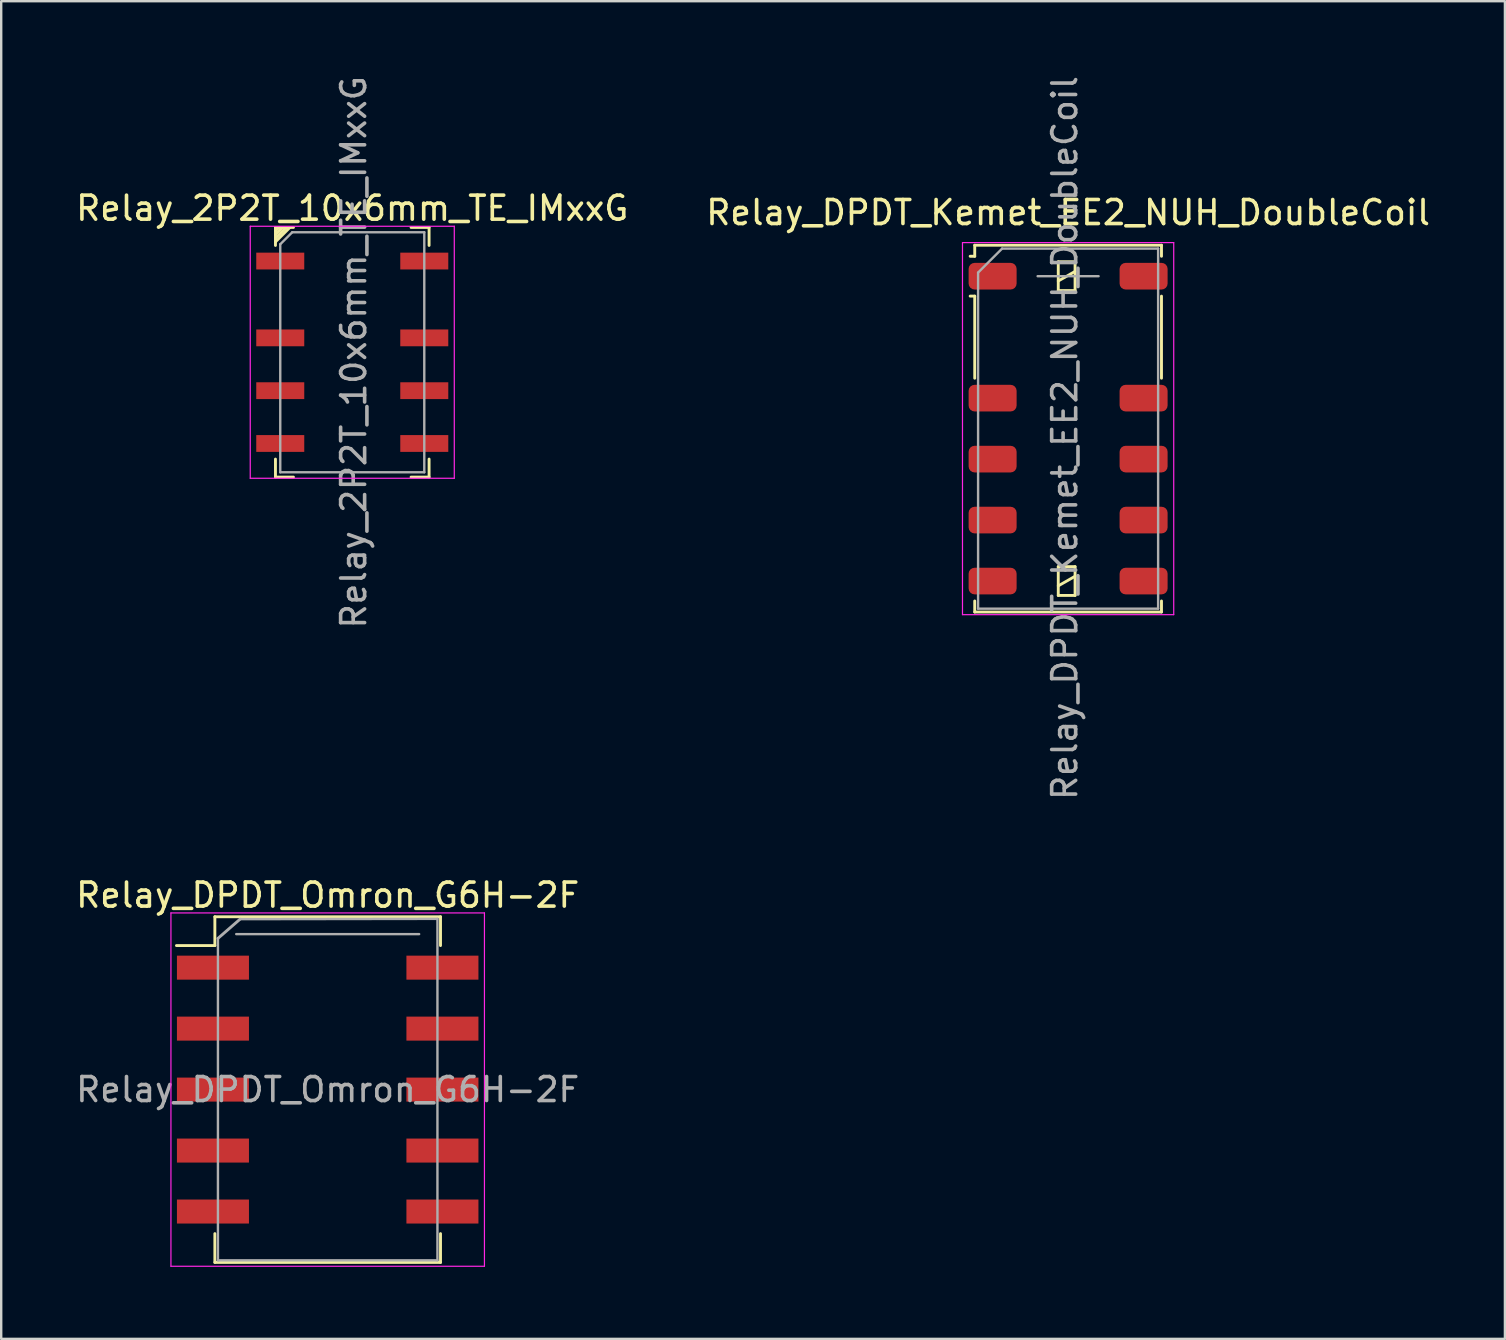
<source format=kicad_pcb>
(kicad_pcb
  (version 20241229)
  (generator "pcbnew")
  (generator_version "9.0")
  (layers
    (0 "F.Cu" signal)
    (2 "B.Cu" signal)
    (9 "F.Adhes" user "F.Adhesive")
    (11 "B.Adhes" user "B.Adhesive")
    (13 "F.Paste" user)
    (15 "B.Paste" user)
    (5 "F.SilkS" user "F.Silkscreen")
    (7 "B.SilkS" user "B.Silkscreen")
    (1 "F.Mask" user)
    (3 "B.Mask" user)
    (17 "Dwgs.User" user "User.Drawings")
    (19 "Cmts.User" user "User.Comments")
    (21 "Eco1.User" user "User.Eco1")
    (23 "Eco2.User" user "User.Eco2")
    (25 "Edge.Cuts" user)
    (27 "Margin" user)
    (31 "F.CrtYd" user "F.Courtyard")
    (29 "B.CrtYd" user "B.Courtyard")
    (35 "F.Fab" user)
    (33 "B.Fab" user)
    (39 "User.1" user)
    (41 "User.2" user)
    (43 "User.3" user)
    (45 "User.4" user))
  (footprint "Relay_DPDT_Omron_G6H-2F"
    (layer "F.Cu")
    (at 10.601 42.341)
    (property "Reference" "Relay_DPDT_Omron_G6H-2F" (at 0 -8.1 0) (layer "F.SilkS") (effects (font (size 1 1) (thickness 0.15))))
    (attr smd)
    (fp_line (start -4.7 -7.2) (end -4.7 -6) (stroke (width 0.12) (type solid)) (layer "F.SilkS"))
    (fp_line (start -4.7 -7.2) (end 4.7 -7.2) (stroke (width 0.12) (type solid)) (layer "F.SilkS"))
    (fp_line (start -4.7 -6) (end -6.3 -6) (stroke (width 0.12) (type solid)) (layer "F.SilkS"))
    (fp_line (start -4.7 7.2) (end -4.7 6) (stroke (width 0.12) (type solid)) (layer "F.SilkS"))
    (fp_line (start 4.7 -7.2) (end 4.7 -6) (stroke (width 0.12) (type solid)) (layer "F.SilkS"))
    (fp_line (start 4.7 7.2) (end -4.7 7.2) (stroke (width 0.12) (type solid)) (layer "F.SilkS"))
    (fp_line (start 4.7 7.2) (end 4.7 6) (stroke (width 0.12) (type solid)) (layer "F.SilkS"))
    (fp_line (start -6.53 -7.36) (end -6.53 7.36) (stroke (width 0.05) (type solid)) (layer "F.CrtYd"))
    (fp_line (start -6.53 -7.36) (end 6.53 -7.36) (stroke (width 0.05) (type solid)) (layer "F.CrtYd"))
    (fp_line (start 6.53 7.36) (end -6.53 7.36) (stroke (width 0.05) (type solid)) (layer "F.CrtYd"))
    (fp_line (start 6.53 7.36) (end 6.53 -7.36) (stroke (width 0.05) (type solid)) (layer "F.CrtYd"))
    (fp_line (start -4.572 -6.3) (end -3.65 -7.1) (stroke (width 0.12) (type solid)) (layer "F.Fab"))
    (fp_line (start -4.572 7.112) (end -4.572 -6.3) (stroke (width 0.1) (type solid)) (layer "F.Fab"))
    (fp_line (start -3.81 -6.477) (end 3.81 -6.477) (stroke (width 0.1) (type solid)) (layer "F.Fab"))
    (fp_line (start -3.65 -7.1) (end 4.572 -7.112) (stroke (width 0.1) (type solid)) (layer "F.Fab"))
    (fp_line (start 4.572 -7.112) (end 4.572 7.112) (stroke (width 0.1) (type solid)) (layer "F.Fab"))
    (fp_line (start 4.572 7.112) (end -4.572 7.112) (stroke (width 0.1) (type solid)) (layer "F.Fab"))
    (fp_text user "${REFERENCE}" (at 0 0 0) (layer "F.Fab") (effects (font (size 1 1) (thickness 0.15))))
    (pad "1" smd rect (at -4.78 -5.08) (size 3 1) (layers "F.Cu" "F.Mask" "F.Paste"))
    (pad "2" smd rect (at -4.78 -2.54) (size 3 1) (layers "F.Cu" "F.Mask" "F.Paste"))
    (pad "3" smd rect (at -4.78 0) (size 3 1) (layers "F.Cu" "F.Mask" "F.Paste"))
    (pad "4" smd rect (at -4.78 2.54) (size 3 1) (layers "F.Cu" "F.Mask" "F.Paste"))
    (pad "5" smd rect (at -4.78 5.08) (size 3 1) (layers "F.Cu" "F.Mask" "F.Paste"))
    (pad "6" smd rect (at 4.78 5.08) (size 3 1) (layers "F.Cu" "F.Mask" "F.Paste"))
    (pad "7" smd rect (at 4.78 2.54) (size 3 1) (layers "F.Cu" "F.Mask" "F.Paste"))
    (pad "8" smd rect (at 4.78 0) (size 3 1) (layers "F.Cu" "F.Mask" "F.Paste"))
    (pad "9" smd rect (at 4.78 -2.54) (size 3 1) (layers "F.Cu" "F.Mask" "F.Paste"))
    (pad "10" smd rect (at 4.78 -5.08) (size 3 1) (layers "F.Cu" "F.Mask" "F.Paste")))
  (footprint "Relay_DPDT_Kemet_EE2_NUH_DoubleCoil"
    (layer "F.Cu")
    (at 41.446 14.806)
    (property "Reference" "Relay_DPDT_Kemet_EE2_NUH_DoubleCoil" (at 0 -9 180) (layer "F.SilkS") (effects (font (size 1 1) (thickness 0.15))))
    (attr smd)
    (fp_line (start -3.89 -7.64) (end -3.89 -7.18) (stroke (width 0.12) (type solid)) (layer "F.SilkS"))
    (fp_line (start -3.89 -7.18) (end -4.08 -7.18) (stroke (width 0.12) (type solid)) (layer "F.SilkS"))
    (fp_line (start -3.89 -5.52) (end -4.08 -5.52) (stroke (width 0.12) (type solid)) (layer "F.SilkS"))
    (fp_line (start -3.89 -5.52) (end -3.89 -2.1) (stroke (width 0.12) (type solid)) (layer "F.SilkS"))
    (fp_line (start -3.89 7.18) (end -3.89 7.64) (stroke (width 0.12) (type solid)) (layer "F.SilkS"))
    (fp_line (start -0.41 -6.95) (end -0.41 -5.75) (stroke (width 0.12) (type solid)) (layer "F.SilkS"))
    (fp_line (start -0.41 -6.15) (end 0.29 -6.55) (stroke (width 0.12) (type solid)) (layer "F.SilkS"))
    (fp_line (start -0.41 -5.75) (end 0.29 -5.75) (stroke (width 0.12) (type solid)) (layer "F.SilkS"))
    (fp_line (start -0.41 5.75) (end -0.41 6.95) (stroke (width 0.12) (type solid)) (layer "F.SilkS"))
    (fp_line (start -0.41 6.55) (end 0.29 6.15) (stroke (width 0.12) (type solid)) (layer "F.SilkS"))
    (fp_line (start -0.41 6.95) (end 0.29 6.95) (stroke (width 0.12) (type solid)) (layer "F.SilkS"))
    (fp_line (start 0.29 -6.95) (end -0.41 -6.95) (stroke (width 0.12) (type solid)) (layer "F.SilkS"))
    (fp_line (start 0.29 -5.75) (end 0.29 -6.95) (stroke (width 0.12) (type solid)) (layer "F.SilkS"))
    (fp_line (start 0.29 5.75) (end -0.41 5.75) (stroke (width 0.12) (type solid)) (layer "F.SilkS"))
    (fp_line (start 0.29 6.95) (end 0.29 5.75) (stroke (width 0.12) (type solid)) (layer "F.SilkS"))
    (fp_line (start 3.89 -7.64) (end -3.89 -7.64) (stroke (width 0.12) (type solid)) (layer "F.SilkS"))
    (fp_line (start 3.89 -7.64) (end 3.89 -7.18) (stroke (width 0.12) (type solid)) (layer "F.SilkS"))
    (fp_line (start 3.89 -5.52) (end 3.89 -2.1) (stroke (width 0.12) (type solid)) (layer "F.SilkS"))
    (fp_line (start 3.89 7.18) (end 3.89 7.64) (stroke (width 0.12) (type solid)) (layer "F.SilkS"))
    (fp_line (start 3.89 7.64) (end -3.89 7.64) (stroke (width 0.12) (type solid)) (layer "F.SilkS"))
    (fp_line (start -4.4 -7.75) (end -4.4 7.75) (stroke (width 0.05) (type solid)) (layer "F.CrtYd"))
    (fp_line (start -4.4 7.75) (end 4.4 7.75) (stroke (width 0.05) (type solid)) (layer "F.CrtYd"))
    (fp_line (start 4.4 -7.75) (end -4.4 -7.75) (stroke (width 0.05) (type solid)) (layer "F.CrtYd"))
    (fp_line (start 4.4 -7.75) (end 4.4 7.75) (stroke (width 0.05) (type solid)) (layer "F.CrtYd"))
    (fp_line (start -3.75 -6.5) (end -3.75 7.5) (stroke (width 0.1) (type solid)) (layer "F.Fab"))
    (fp_line (start -3.75 -6.5) (end -2.75 -7.5) (stroke (width 0.1) (type solid)) (layer "F.Fab"))
    (fp_line (start -1.27 -6.35) (end 1.27 -6.35) (stroke (width 0.1) (type solid)) (layer "F.Fab"))
    (fp_line (start 3.75 -7.5) (end -2.75 -7.5) (stroke (width 0.1) (type solid)) (layer "F.Fab"))
    (fp_line (start 3.75 -7.5) (end 3.75 7.5) (stroke (width 0.1) (type solid)) (layer "F.Fab"))
    (fp_line (start 3.75 7.5) (end -3.75 7.5) (stroke (width 0.1) (type solid)) (layer "F.Fab"))
    (fp_text user "${REFERENCE}" (at -0.14 0.39 90) (layer "F.Fab") (effects (font (size 1 1) (thickness 0.15))))
    (pad "1" smd roundrect (at -3.145 -6.35 270) (size 1.11 2) (layers "F.Cu" "F.Mask" "F.Paste") (roundrect_rratio 0.225))
    (pad "3" smd roundrect (at -3.145 -1.27 270) (size 1.11 2) (layers "F.Cu" "F.Mask" "F.Paste") (roundrect_rratio 0.225))
    (pad "4" smd roundrect (at -3.145 1.27 270) (size 1.11 2) (layers "F.Cu" "F.Mask" "F.Paste") (roundrect_rratio 0.225))
    (pad "5" smd roundrect (at -3.145 3.81 270) (size 1.11 2) (layers "F.Cu" "F.Mask" "F.Paste") (roundrect_rratio 0.225))
    (pad "6" smd roundrect (at -3.145 6.35 270) (size 1.11 2) (layers "F.Cu" "F.Mask" "F.Paste") (roundrect_rratio 0.225))
    (pad "7" smd roundrect (at 3.145 6.35 270) (size 1.11 2) (layers "F.Cu" "F.Mask" "F.Paste") (roundrect_rratio 0.225))
    (pad "8" smd roundrect (at 3.145 3.81 270) (size 1.11 2) (layers "F.Cu" "F.Mask" "F.Paste") (roundrect_rratio 0.225))
    (pad "9" smd roundrect (at 3.145 1.27 270) (size 1.11 2) (layers "F.Cu" "F.Mask" "F.Paste") (roundrect_rratio 0.225))
    (pad "10" smd roundrect (at 3.145 -1.27 270) (size 1.11 2) (layers "F.Cu" "F.Mask" "F.Paste") (roundrect_rratio 0.225))
    (pad "12" smd roundrect (at 3.145 -6.35 270) (size 1.11 2) (layers "F.Cu" "F.Mask" "F.Paste") (roundrect_rratio 0.225)))
  (footprint "Relay_2P2T_10x6mm_TE_IMxxG"
    (layer "F.Cu")
    (at 11.625 11.625)
    (property "Reference" "Relay_2P2T_10x6mm_TE_IMxxG" (at 0 -6 0) (layer "F.SilkS") (effects (font (size 1 1) (thickness 0.15))))
    (attr smd)
    (fp_line (start -3.2 -5.2) (end -3.2 -4.45) (stroke (width 0.12) (type solid)) (layer "F.SilkS"))
    (fp_line (start -3.2 4.45) (end -3.2 5.2) (stroke (width 0.12) (type solid)) (layer "F.SilkS"))
    (fp_line (start -3.2 5.2) (end -2.45 5.2) (stroke (width 0.12) (type solid)) (layer "F.SilkS"))
    (fp_line (start -3.05 -5.2) (end -3.2 -5.05) (stroke (width 0.12) (type solid)) (layer "F.SilkS"))
    (fp_line (start -2.9 -5.2) (end -3.2 -4.9) (stroke (width 0.12) (type solid)) (layer "F.SilkS"))
    (fp_line (start -2.75 -5.2) (end -3.2 -4.75) (stroke (width 0.12) (type solid)) (layer "F.SilkS"))
    (fp_line (start -2.6 -5.2) (end -3.2 -4.6) (stroke (width 0.12) (type solid)) (layer "F.SilkS"))
    (fp_line (start -2.45 -5.2) (end -3.2 -5.2) (stroke (width 0.12) (type solid)) (layer "F.SilkS"))
    (fp_line (start 2.45 -5.2) (end 3.2 -5.2) (stroke (width 0.12) (type solid)) (layer "F.SilkS"))
    (fp_line (start 2.45 5.2) (end 3.2 5.2) (stroke (width 0.12) (type solid)) (layer "F.SilkS"))
    (fp_line (start 3.2 -5.2) (end 3.2 -4.45) (stroke (width 0.12) (type solid)) (layer "F.SilkS"))
    (fp_line (start 3.2 4.45) (end 3.2 5.2) (stroke (width 0.12) (type solid)) (layer "F.SilkS"))
    (fp_line (start -4.25 -5.25) (end -4.25 5.25) (stroke (width 0.05) (type solid)) (layer "F.CrtYd"))
    (fp_line (start -4.25 5.25) (end 4.25 5.25) (stroke (width 0.05) (type solid)) (layer "F.CrtYd"))
    (fp_line (start 4.25 -5.25) (end -4.25 -5.25) (stroke (width 0.05) (type solid)) (layer "F.CrtYd"))
    (fp_line (start 4.25 5.25) (end 4.25 -5.25) (stroke (width 0.05) (type solid)) (layer "F.CrtYd"))
    (fp_line (start -3 -4.5) (end -2.5 -5) (stroke (width 0.1) (type solid)) (layer "F.Fab"))
    (fp_line (start -3 5) (end -3 -4.5) (stroke (width 0.1) (type solid)) (layer "F.Fab"))
    (fp_line (start -2.5 -5) (end 3 -5) (stroke (width 0.1) (type solid)) (layer "F.Fab"))
    (fp_line (start 3 -5) (end 3 5) (stroke (width 0.1) (type solid)) (layer "F.Fab"))
    (fp_line (start 3 5) (end -3 5) (stroke (width 0.1) (type solid)) (layer "F.Fab"))
    (fp_text user "${REFERENCE}" (at 0.06 0 90) (layer "F.Fab") (effects (font (size 1 1) (thickness 0.15))))
    (pad "1" smd rect (at -3 -3.8) (size 2 0.7) (layers "F.Cu" "F.Mask" "F.Paste"))
    (pad "2" smd rect (at -3 -0.6) (size 2 0.7) (layers "F.Cu" "F.Mask" "F.Paste"))
    (pad "3" smd rect (at -3 1.6) (size 2 0.7) (layers "F.Cu" "F.Mask" "F.Paste"))
    (pad "4" smd rect (at -3 3.8) (size 2 0.7) (layers "F.Cu" "F.Mask" "F.Paste"))
    (pad "5" smd rect (at 3 3.8) (size 2 0.7) (layers "F.Cu" "F.Mask" "F.Paste"))
    (pad "6" smd rect (at 3 1.6) (size 2 0.7) (layers "F.Cu" "F.Mask" "F.Paste"))
    (pad "7" smd rect (at 3 -0.6) (size 2 0.7) (layers "F.Cu" "F.Mask" "F.Paste"))
    (pad "8" smd rect (at 3 -3.8) (size 2 0.7) (layers "F.Cu" "F.Mask" "F.Paste")))
  (gr_rect
    (start -3 -3)
    (end 59.643 52.726)
    (stroke (width 0.1) (type default))
    (fill no)
    (layer "Edge.Cuts")))
</source>
